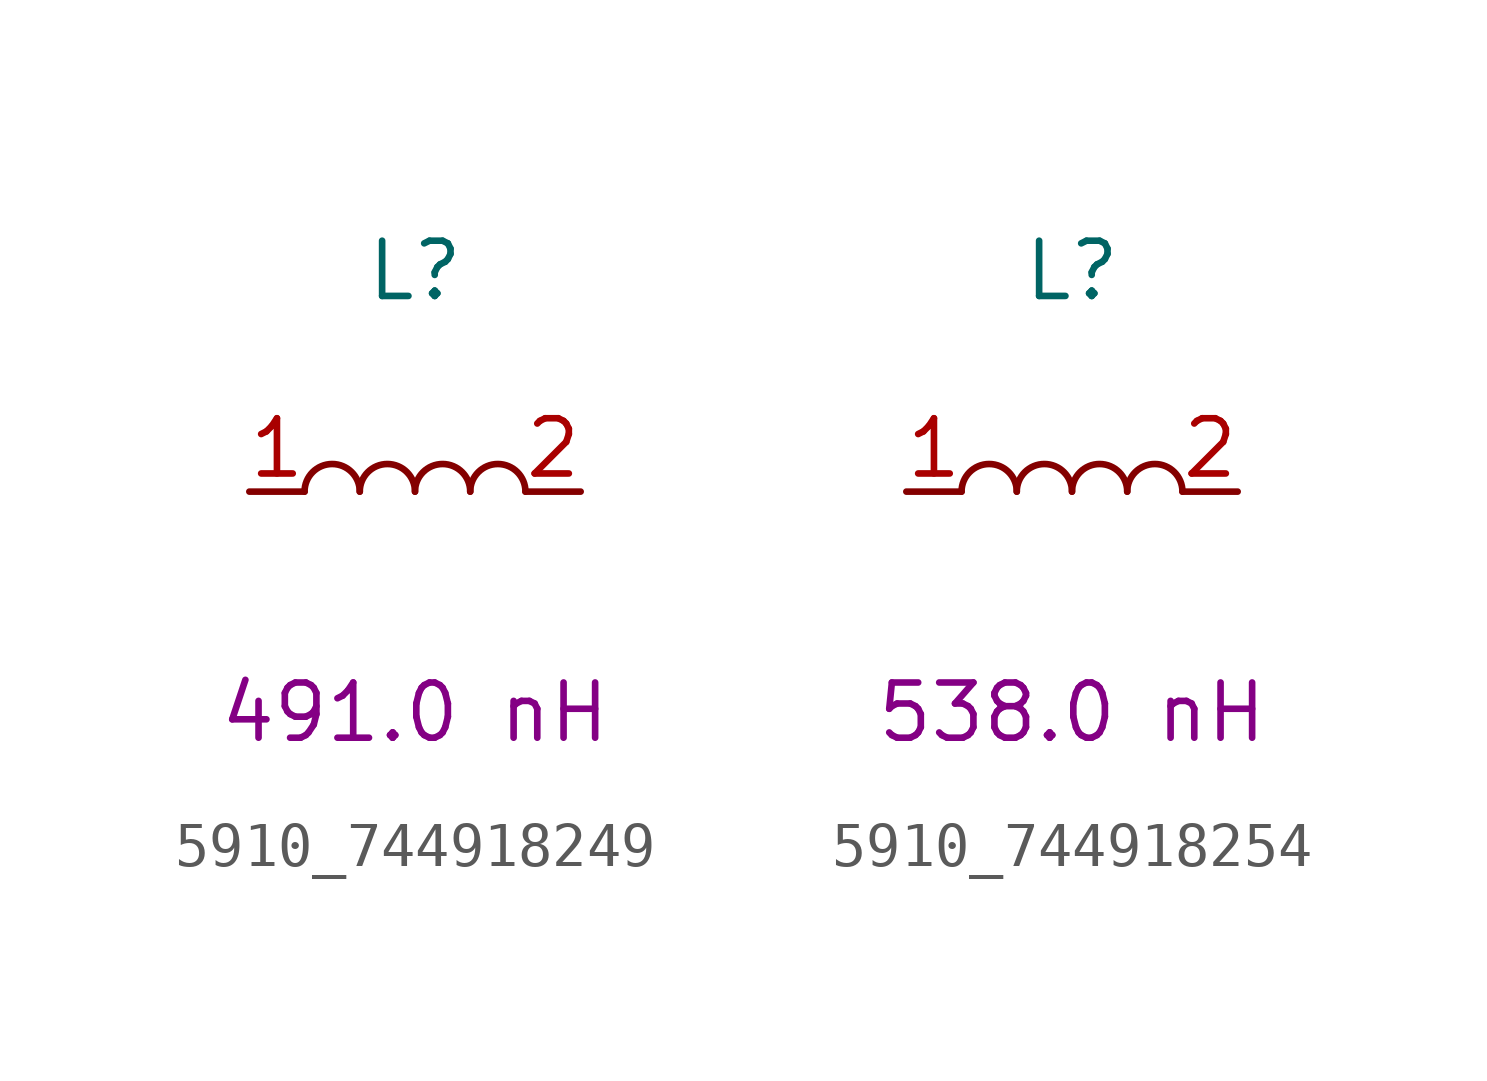
<source format=kicad_sym>
(kicad_symbol_lib
  (version 20220914)
  (generator kicad_symbol_editor)
  (symbol "5910_744918249"
    (pin_names hide)
    (property "Reference" "L"
      (at 0 5.08 0)
      (effects (font (size 1.27 1.27))))
    (property "Critical Parameter" "491.0 nH"
      (at 0 -5.08 0)
      (effects (font (size 1.27 1.27))))
    (symbol "5910_744918249_0_1"
      (arc (start -1.27 0) (mid -1.905 0.6323) (end -2.54 0) (stroke (width 0) (type default)) (fill (type none)))
      (arc (start 0 0) (mid -0.635 0.6323) (end -1.27 0) (stroke (width 0) (type default)) (fill (type none)))
      (arc (start 1.27 0) (mid 0.635 0.6323) (end 0 0) (stroke (width 0) (type default)) (fill (type none)))
      (arc (start 2.54 0) (mid 1.905 0.6323) (end 1.27 0) (stroke (width 0) (type default)) (fill (type none))))
    (symbol "5910_744918249_1_1"
      (pin passive line (at -3.81 0 0) (length 1.27) (name "1" (effects (font (size 1.27 1.27)))) (number "1" (effects (font (size 1.27 1.27)))))
      (pin passive line (at 3.81 0 180) (length 1.27) (name "2" (effects (font (size 1.27 1.27)))) (number "2" (effects (font (size 1.27 1.27)))))))
  (symbol "5910_744918254"
    (pin_names hide)
    (property "Reference" "L"
      (at 0 5.08 0)
      (effects (font (size 1.27 1.27))))
    (property "Critical Parameter" "538.0 nH"
      (at 0 -5.08 0)
      (effects (font (size 1.27 1.27))))
    (symbol "5910_744918254_0_1"
      (arc (start -1.27 0) (mid -1.905 0.6323) (end -2.54 0) (stroke (width 0) (type default)) (fill (type none)))
      (arc (start 0 0) (mid -0.635 0.6323) (end -1.27 0) (stroke (width 0) (type default)) (fill (type none)))
      (arc (start 1.27 0) (mid 0.635 0.6323) (end 0 0) (stroke (width 0) (type default)) (fill (type none)))
      (arc (start 2.54 0) (mid 1.905 0.6323) (end 1.27 0) (stroke (width 0) (type default)) (fill (type none))))
    (symbol "5910_744918254_1_1"
      (pin passive line (at -3.81 0 0) (length 1.27) (name "1" (effects (font (size 1.27 1.27)))) (number "1" (effects (font (size 1.27 1.27)))))
      (pin passive line (at 3.81 0 180) (length 1.27) (name "2" (effects (font (size 1.27 1.27)))) (number "2" (effects (font (size 1.27 1.27))))))))
</source>
